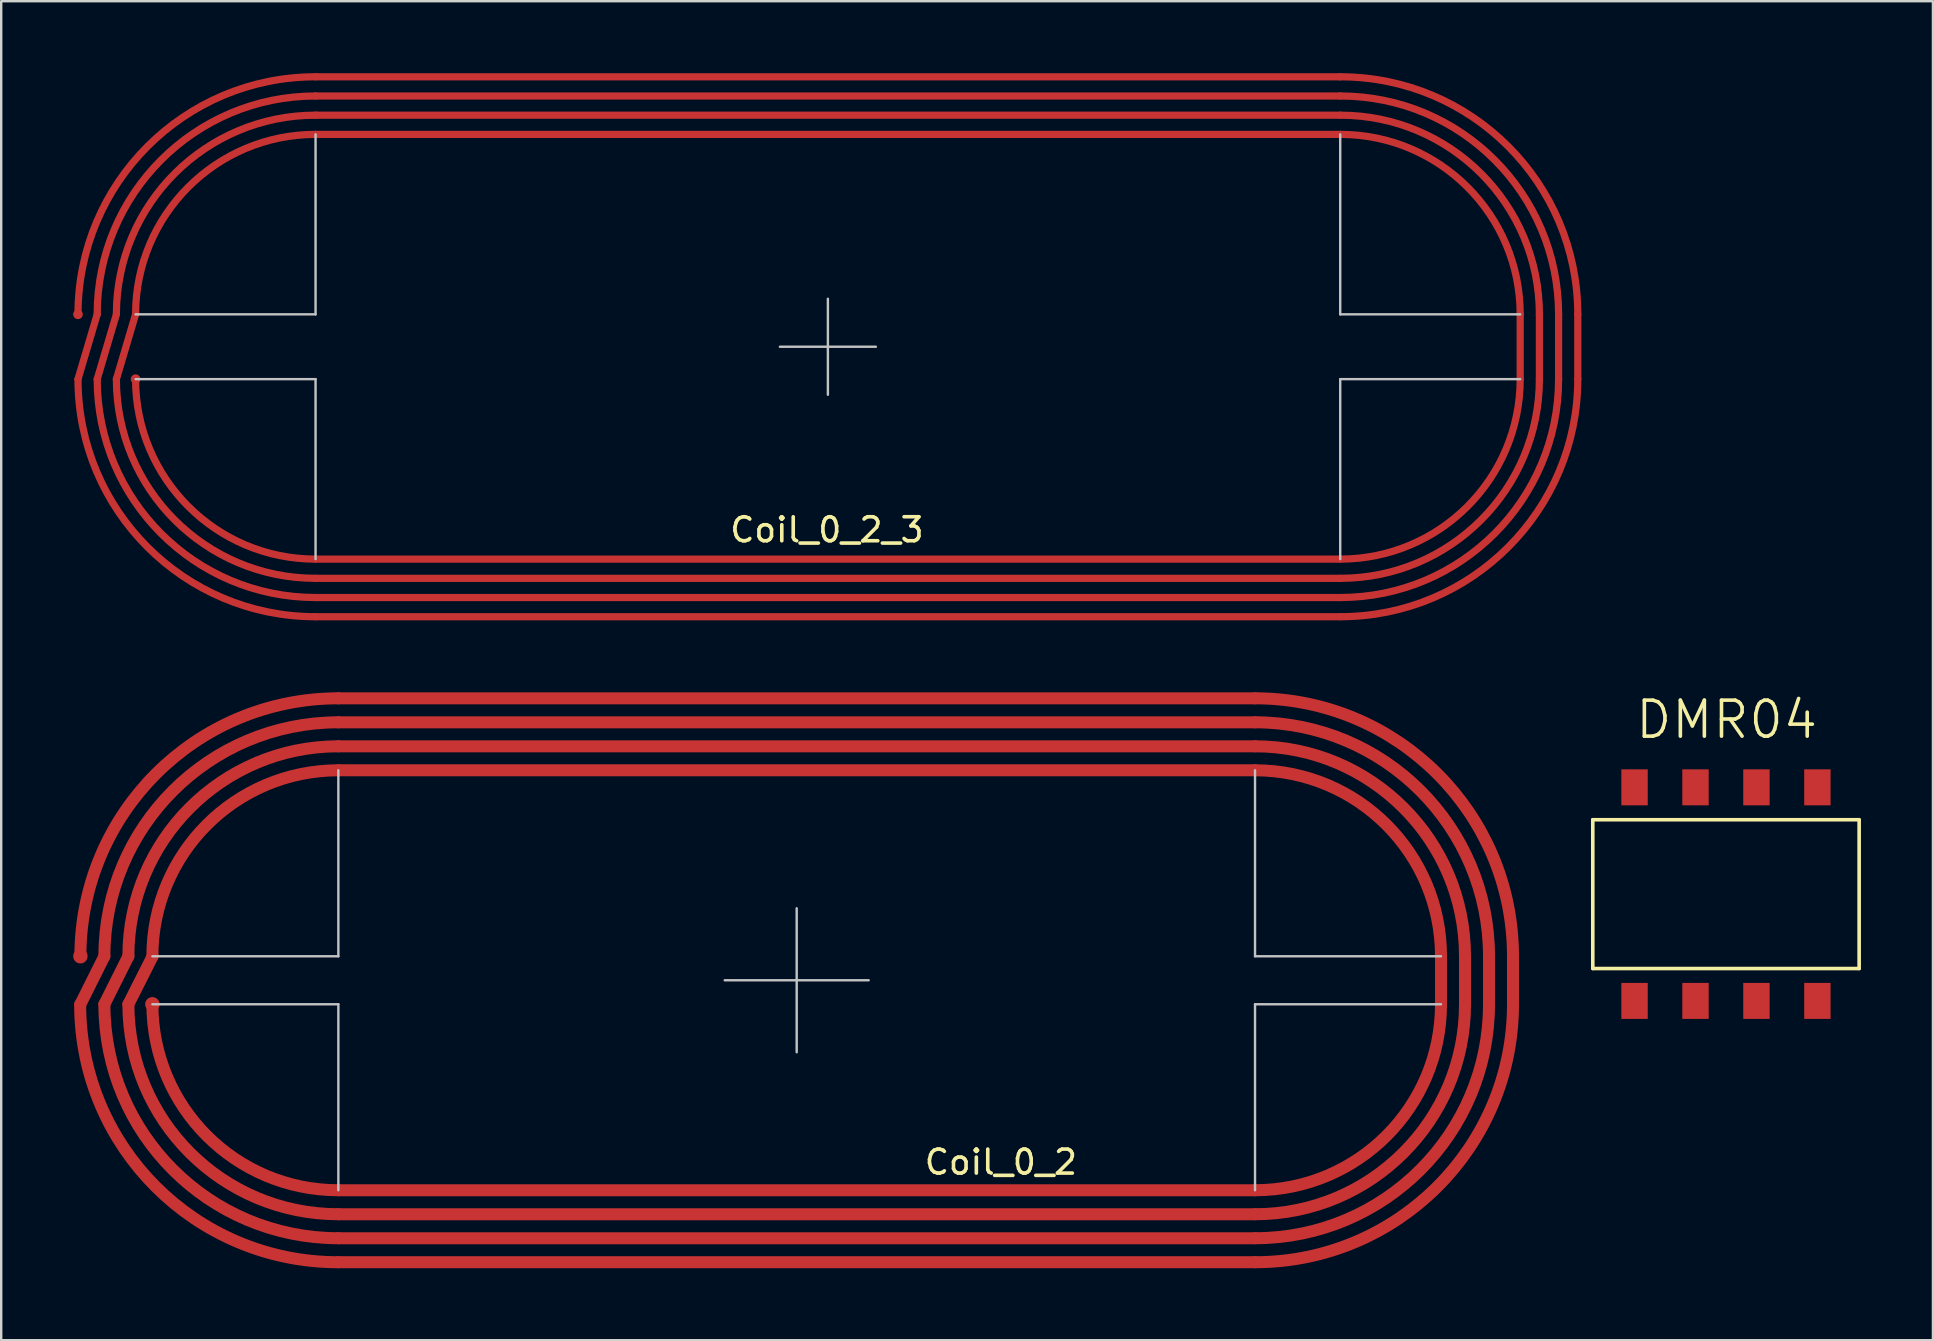
<source format=kicad_pcb>
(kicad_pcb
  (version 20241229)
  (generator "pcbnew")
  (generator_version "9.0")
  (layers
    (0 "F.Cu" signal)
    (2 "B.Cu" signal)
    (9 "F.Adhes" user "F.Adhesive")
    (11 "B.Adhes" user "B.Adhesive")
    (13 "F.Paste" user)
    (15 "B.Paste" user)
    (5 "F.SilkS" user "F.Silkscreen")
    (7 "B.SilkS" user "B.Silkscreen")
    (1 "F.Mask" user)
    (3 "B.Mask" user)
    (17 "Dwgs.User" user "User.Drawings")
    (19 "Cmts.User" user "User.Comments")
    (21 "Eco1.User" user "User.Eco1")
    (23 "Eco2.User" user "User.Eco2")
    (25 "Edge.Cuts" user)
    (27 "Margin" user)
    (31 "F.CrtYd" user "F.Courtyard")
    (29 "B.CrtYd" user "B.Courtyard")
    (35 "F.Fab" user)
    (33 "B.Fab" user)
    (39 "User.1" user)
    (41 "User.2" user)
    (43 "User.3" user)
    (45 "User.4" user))
  (footprint "DMR04"
    (layer "F.Cu")
    (at 68.875 34.21)
    (property "Reference" "DMR04" (at 0.028 -7.269 0) (layer "F.SilkS") (effects (font (size 1.5 1.5) (thickness 0.15))))
    (attr through_hole)
    (fp_line (start -5.55 -3.1) (end -5.55 3.1) (stroke (width 0.15) (type solid)) (layer "F.SilkS"))
    (fp_line (start -5.55 3.1) (end 5.55 3.1) (stroke (width 0.15) (type solid)) (layer "F.SilkS"))
    (fp_line (start 5.55 -3.1) (end -5.55 -3.1) (stroke (width 0.15) (type solid)) (layer "F.SilkS"))
    (fp_line (start 5.55 3.1) (end 5.55 -3.1) (stroke (width 0.15) (type solid)) (layer "F.SilkS"))
    (pad "1" smd rect (at -3.81 4.45) (size 1.1 1.5) (layers "F.Cu" "F.Mask" "F.Paste"))
    (pad "2" smd rect (at -1.27 4.45) (size 1.1 1.5) (layers "F.Cu" "F.Mask" "F.Paste"))
    (pad "3" smd rect (at 1.27 4.45) (size 1.1 1.5) (layers "F.Cu" "F.Mask" "F.Paste"))
    (pad "4" smd rect (at 3.81 4.45) (size 1.1 1.5) (layers "F.Cu" "F.Mask" "F.Paste"))
    (pad "5" smd rect (at -3.81 -4.45) (size 1.1 1.5) (layers "F.Cu" "F.Mask" "F.Paste"))
    (pad "6" smd rect (at -1.27 -4.45) (size 1.1 1.5) (layers "F.Cu" "F.Mask" "F.Paste"))
    (pad "7" smd rect (at 1.27 -4.45) (size 1.1 1.5) (layers "F.Cu" "F.Mask" "F.Paste"))
    (pad "8" smd rect (at 3.81 -4.45) (size 1.1 1.5) (layers "F.Cu" "F.Mask" "F.Paste")))
  (footprint "Coil_0_2_3"
    (layer "F.Cu")
    (at 31.45 11.4)
    (property "Reference" "Coil_0_2_3" (at -0.04 7.63 0) (layer "F.SilkS") (effects (font (size 1 1) (thickness 0.15))))
    (attr through_hole)
    (fp_line (start -30.45 -1.35) (end -31.25 1.35) (stroke (width 0.3) (type solid)) (layer "F.Cu"))
    (fp_line (start -29.65 -1.35) (end -30.45 1.35) (stroke (width 0.3) (type solid)) (layer "F.Cu"))
    (fp_line (start -28.85 -1.35) (end -29.65 1.35) (stroke (width 0.3) (type solid)) (layer "F.Cu"))
    (fp_line (start -21.35 -10.45) (end 21.35 -10.45) (stroke (width 0.3) (type solid)) (layer "F.Cu"))
    (fp_line (start -21.35 -8.85) (end 21.35 -8.85) (stroke (width 0.3) (type solid)) (layer "F.Cu"))
    (fp_line (start -21.35 9.65) (end 21.35 9.65) (stroke (width 0.3) (type solid)) (layer "F.Cu"))
    (fp_line (start -21.35 11.25) (end 21.35 11.25) (stroke (width 0.3) (type solid)) (layer "F.Cu"))
    (fp_line (start 21.35 -11.25) (end -21.35 -11.25) (stroke (width 0.3) (type solid)) (layer "F.Cu"))
    (fp_line (start 21.35 -9.65) (end -21.35 -9.65) (stroke (width 0.3) (type solid)) (layer "F.Cu"))
    (fp_line (start 21.35 8.85) (end -21.35 8.85) (stroke (width 0.3) (type solid)) (layer "F.Cu"))
    (fp_line (start 21.35 10.45) (end -21.35 10.45) (stroke (width 0.3) (type solid)) (layer "F.Cu"))
    (fp_line (start 28.85 -1.35) (end 28.85 1.35) (stroke (width 0.3) (type solid)) (layer "F.Cu"))
    (fp_line (start 29.65 -1.35) (end 29.65 1.35) (stroke (width 0.3) (type solid)) (layer "F.Cu"))
    (fp_line (start 30.45 1.35) (end 30.45 -1.35) (stroke (width 0.3) (type solid)) (layer "F.Cu"))
    (fp_line (start 31.25 -1.35) (end 31.25 1.35) (stroke (width 0.3) (type solid)) (layer "F.Cu"))
    (fp_arc (start -31.25 -1.35) (mid -28.350357 -8.350357) (end -21.35 -11.25) (stroke (width 0.3) (type solid)) (layer "F.Cu"))
    (fp_arc (start -30.45 -1.35) (mid -27.784672 -7.784672) (end -21.35 -10.45) (stroke (width 0.3) (type solid)) (layer "F.Cu"))
    (fp_arc (start -29.65 -1.37) (mid -27.204844 -7.233128) (end -21.33 -9.65) (stroke (width 0.3) (type solid)) (layer "F.Cu"))
    (fp_arc (start -28.85 -1.35) (mid -26.653301 -6.653301) (end -21.35 -8.85) (stroke (width 0.3) (type solid)) (layer "F.Cu"))
    (fp_arc (start -21.35 8.85) (mid -26.653301 6.653301) (end -28.85 1.35) (stroke (width 0.3) (type solid)) (layer "F.Cu"))
    (fp_arc (start -21.35 9.65) (mid -27.218986 7.218986) (end -29.65 1.35) (stroke (width 0.3) (type solid)) (layer "F.Cu"))
    (fp_arc (start -21.35 10.45) (mid -27.784672 7.784672) (end -30.45 1.35) (stroke (width 0.3) (type solid)) (layer "F.Cu"))
    (fp_arc (start -21.35 11.25) (mid -28.350357 8.350357) (end -31.25 1.35) (stroke (width 0.3) (type solid)) (layer "F.Cu"))
    (fp_arc (start 21.35 -11.25) (mid 28.350357 -8.350357) (end 31.25 -1.35) (stroke (width 0.3) (type solid)) (layer "F.Cu"))
    (fp_arc (start 21.35 -10.45) (mid 27.784672 -7.784672) (end 30.45 -1.35) (stroke (width 0.3) (type solid)) (layer "F.Cu"))
    (fp_arc (start 21.35 -9.65) (mid 27.218986 -7.218986) (end 29.65 -1.35) (stroke (width 0.3) (type solid)) (layer "F.Cu"))
    (fp_arc (start 21.35 -8.85) (mid 26.653301 -6.653301) (end 28.85 -1.35) (stroke (width 0.3) (type solid)) (layer "F.Cu"))
    (fp_arc (start 28.85 1.35) (mid 26.653301 6.653301) (end 21.35 8.85) (stroke (width 0.3) (type solid)) (layer "F.Cu"))
    (fp_arc (start 29.65 1.35) (mid 27.218986 7.218986) (end 21.35 9.65) (stroke (width 0.3) (type solid)) (layer "F.Cu"))
    (fp_arc (start 30.45 1.35) (mid 27.784672 7.784672) (end 21.35 10.45) (stroke (width 0.3) (type solid)) (layer "F.Cu"))
    (fp_arc (start 31.25 1.35) (mid 28.350357 8.350357) (end 21.35 11.25) (stroke (width 0.3) (type solid)) (layer "F.Cu"))
    (fp_line (start -21.35 -1.35) (end -28.85 -1.35) (stroke (width 0.1) (type solid)) (layer "Dwgs.User"))
    (fp_line (start -21.35 -1.35) (end -21.35 -8.85) (stroke (width 0.1) (type solid)) (layer "Dwgs.User"))
    (fp_line (start -21.35 1.35) (end -28.85 1.35) (stroke (width 0.1) (type solid)) (layer "Dwgs.User"))
    (fp_line (start -21.35 1.35) (end -21.35 8.85) (stroke (width 0.1) (type solid)) (layer "Dwgs.User"))
    (fp_line (start -2 0) (end 2 0) (stroke (width 0.1) (type solid)) (layer "Dwgs.User"))
    (fp_line (start 0 -2) (end 0 2) (stroke (width 0.1) (type solid)) (layer "Dwgs.User"))
    (fp_line (start 21.35 -1.35) (end 21.35 -8.85) (stroke (width 0.1) (type solid)) (layer "Dwgs.User"))
    (fp_line (start 21.35 -1.35) (end 28.85 -1.35) (stroke (width 0.1) (type solid)) (layer "Dwgs.User"))
    (fp_line (start 21.35 1.35) (end 21.35 8.85) (stroke (width 0.1) (type solid)) (layer "Dwgs.User"))
    (fp_line (start 21.35 1.35) (end 28.85 1.35) (stroke (width 0.1) (type solid)) (layer "Dwgs.User"))
    (pad "1" smd circle (at -28.85 1.35) (size 0.4 0.4) (layers "F.Cu"))
    (pad "2" smd circle (at -31.25 -1.35) (size 0.4 0.4) (layers "F.Cu")))
  (footprint "Coil_0_2"
    (layer "F.Cu")
    (at 30.15 37.8)
    (property "Reference" "Coil_0_2" (at 8.51 7.58 0) (layer "F.SilkS") (effects (font (size 1 1) (thickness 0.15))))
    (attr through_hole)
    (fp_line (start -29.85 1) (end -28.85 -1) (stroke (width 0.5) (type solid)) (layer "F.Cu"))
    (fp_line (start -28.85 1) (end -27.85 -1) (stroke (width 0.5) (type solid)) (layer "F.Cu"))
    (fp_line (start -26.84 -1) (end -27.85 1) (stroke (width 0.5) (type solid)) (layer "F.Cu"))
    (fp_line (start -19.1 -11.75) (end 19.1 -11.75) (stroke (width 0.5) (type solid)) (layer "F.Cu"))
    (fp_line (start -19.1 -10.75) (end 19.1 -10.75) (stroke (width 0.5) (type solid)) (layer "F.Cu"))
    (fp_line (start -19.1 -9.75) (end 19.1 -9.75) (stroke (width 0.5) (type solid)) (layer "F.Cu"))
    (fp_line (start -19.1 8.75) (end 19.1 8.75) (stroke (width 0.5) (type solid)) (layer "F.Cu"))
    (fp_line (start 19.1 -8.75) (end -19.1 -8.75) (stroke (width 0.5) (type solid)) (layer "F.Cu"))
    (fp_line (start 19.1 9.75) (end -19.1 9.75) (stroke (width 0.5) (type solid)) (layer "F.Cu"))
    (fp_line (start 19.1 10.75) (end -19.1 10.75) (stroke (width 0.5) (type solid)) (layer "F.Cu"))
    (fp_line (start 19.1 11.75) (end -19.1 11.75) (stroke (width 0.5) (type solid)) (layer "F.Cu"))
    (fp_line (start 26.85 1) (end 26.85 -1) (stroke (width 0.5) (type solid)) (layer "F.Cu"))
    (fp_line (start 27.85 -1) (end 27.85 1) (stroke (width 0.5) (type solid)) (layer "F.Cu"))
    (fp_line (start 28.85 -1) (end 28.85 1) (stroke (width 0.5) (type solid)) (layer "F.Cu"))
    (fp_line (start 29.85 -1) (end 29.85 1) (stroke (width 0.5) (type solid)) (layer "F.Cu"))
    (fp_arc (start -29.85 -1) (mid -26.701398 -8.601398) (end -19.1 -11.75) (stroke (width 0.5) (type solid)) (layer "F.Cu"))
    (fp_arc (start -28.85 -1) (mid -25.994291 -7.894291) (end -19.1 -10.75) (stroke (width 0.5) (type solid)) (layer "F.Cu"))
    (fp_arc (start -27.85 -1) (mid -25.287184 -7.187184) (end -19.1 -9.75) (stroke (width 0.5) (type solid)) (layer "F.Cu"))
    (fp_arc (start -26.85 -1) (mid -24.580078 -6.480078) (end -19.1 -8.75) (stroke (width 0.5) (type solid)) (layer "F.Cu"))
    (fp_arc (start -19.1 8.75) (mid -24.580078 6.480078) (end -26.85 1) (stroke (width 0.5) (type solid)) (layer "F.Cu"))
    (fp_arc (start -19.1 9.75) (mid -25.287184 7.187184) (end -27.85 1) (stroke (width 0.5) (type solid)) (layer "F.Cu"))
    (fp_arc (start -19.1 10.75) (mid -25.994291 7.894291) (end -28.85 1) (stroke (width 0.5) (type solid)) (layer "F.Cu"))
    (fp_arc (start -19.1 11.75) (mid -26.704327 8.608469) (end -29.86 1.01) (stroke (width 0.5) (type solid)) (layer "F.Cu"))
    (fp_arc (start 19.1 -11.75) (mid 26.701398 -8.601398) (end 29.85 -1) (stroke (width 0.5) (type solid)) (layer "F.Cu"))
    (fp_arc (start 19.1 -10.75) (mid 25.994291 -7.894291) (end 28.85 -1) (stroke (width 0.5) (type solid)) (layer "F.Cu"))
    (fp_arc (start 19.1 -9.75) (mid 25.287184 -7.187184) (end 27.85 -1) (stroke (width 0.5) (type solid)) (layer "F.Cu"))
    (fp_arc (start 19.1 -8.75) (mid 24.580078 -6.480078) (end 26.85 -1) (stroke (width 0.5) (type solid)) (layer "F.Cu"))
    (fp_arc (start 26.85 1) (mid 24.580078 6.480078) (end 19.1 8.75) (stroke (width 0.5) (type solid)) (layer "F.Cu"))
    (fp_arc (start 27.85 1) (mid 25.287184 7.187184) (end 19.1 9.75) (stroke (width 0.5) (type solid)) (layer "F.Cu"))
    (fp_arc (start 28.85 1) (mid 25.994291 7.894291) (end 19.1 10.75) (stroke (width 0.5) (type solid)) (layer "F.Cu"))
    (fp_arc (start 29.85 1) (mid 26.701398 8.601398) (end 19.1 11.75) (stroke (width 0.5) (type solid)) (layer "F.Cu"))
    (fp_line (start -26.85 1) (end -19.1 1) (stroke (width 0.1) (type solid)) (layer "Dwgs.User"))
    (fp_line (start -19.1 -8.75) (end -19.1 -1) (stroke (width 0.1) (type solid)) (layer "Dwgs.User"))
    (fp_line (start -19.1 -1) (end -26.85 -1) (stroke (width 0.1) (type solid)) (layer "Dwgs.User"))
    (fp_line (start -19.1 1) (end -19.1 8.75) (stroke (width 0.1) (type solid)) (layer "Dwgs.User"))
    (fp_line (start -3 0) (end 3 0) (stroke (width 0.1) (type solid)) (layer "Dwgs.User"))
    (fp_line (start 0 -3) (end 0 3) (stroke (width 0.1) (type solid)) (layer "Dwgs.User"))
    (fp_line (start 19.1 -8.75) (end 19.1 -1) (stroke (width 0.1) (type solid)) (layer "Dwgs.User"))
    (fp_line (start 19.1 -1) (end 26.85 -1) (stroke (width 0.1) (type solid)) (layer "Dwgs.User"))
    (fp_line (start 19.1 1) (end 26.85 1) (stroke (width 0.1) (type solid)) (layer "Dwgs.User"))
    (fp_line (start 19.1 8.75) (end 19.1 1) (stroke (width 0.1) (type solid)) (layer "Dwgs.User"))
    (pad "1" smd circle (at -26.85 1) (size 0.6 0.6) (layers "F.Cu" "F.Mask"))
    (pad "2" smd circle (at -29.85 -1) (size 0.6 0.6) (layers "F.Cu" "F.Mask")))
  (gr_rect
    (start -3 -3)
    (end 77.5 52.8)
    (stroke (width 0.1) (type default))
    (fill no)
    (layer "Edge.Cuts")))
</source>
